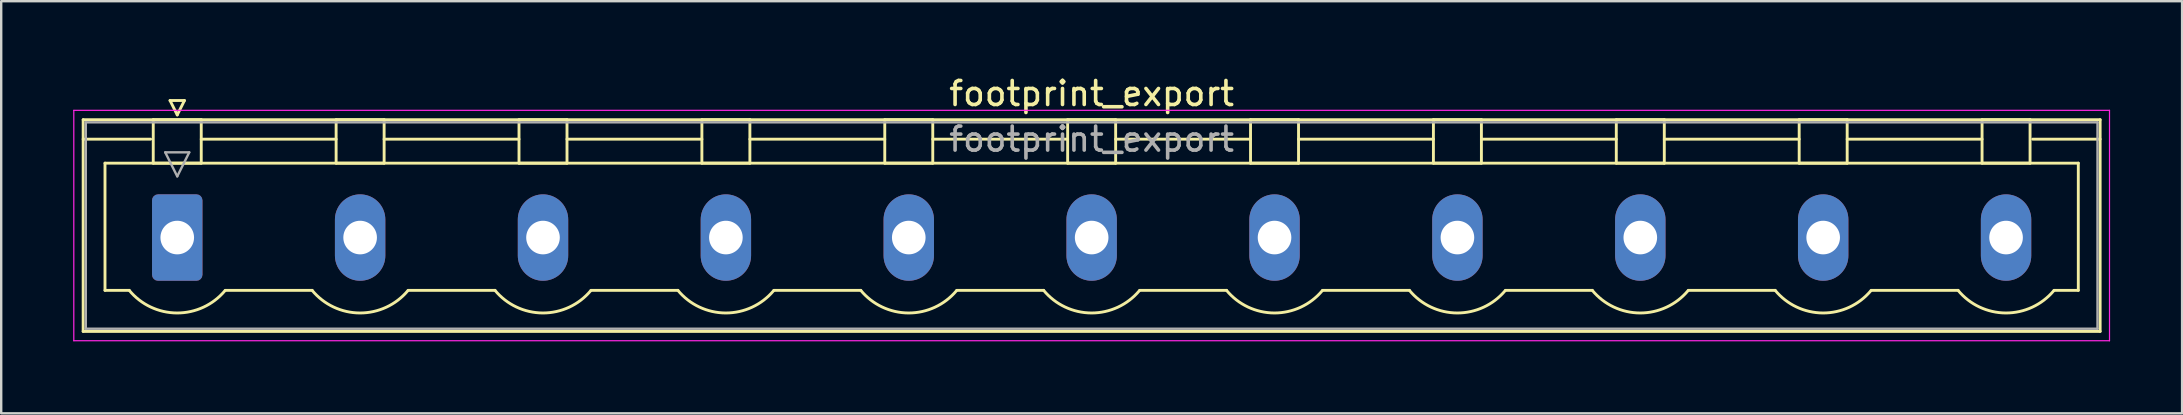
<source format=kicad_pcb>
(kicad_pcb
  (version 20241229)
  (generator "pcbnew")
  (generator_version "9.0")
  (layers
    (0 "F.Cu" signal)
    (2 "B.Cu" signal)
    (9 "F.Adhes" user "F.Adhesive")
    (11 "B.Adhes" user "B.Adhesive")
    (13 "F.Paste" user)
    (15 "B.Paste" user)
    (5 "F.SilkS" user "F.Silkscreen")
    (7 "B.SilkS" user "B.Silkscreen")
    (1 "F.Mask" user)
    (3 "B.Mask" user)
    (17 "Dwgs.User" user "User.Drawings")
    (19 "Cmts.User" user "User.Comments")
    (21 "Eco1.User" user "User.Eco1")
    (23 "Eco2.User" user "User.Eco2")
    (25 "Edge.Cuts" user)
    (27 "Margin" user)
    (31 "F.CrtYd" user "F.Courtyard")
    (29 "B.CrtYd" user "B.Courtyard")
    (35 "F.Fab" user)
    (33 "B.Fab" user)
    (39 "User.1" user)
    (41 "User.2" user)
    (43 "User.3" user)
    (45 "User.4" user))
  (footprint "footprint_export"
    (layer "F.Cu")
    (at 4.335 6.848)
    (property "Reference" "footprint_export" (at 38.1 -6 0) (layer "F.SilkS") (effects (font (size 1 1) (thickness 0.15))))
    (attr through_hole)
    (fp_line (start -3.92 -4.91) (end -3.92 3.91) (stroke (width 0.12) (type solid)) (layer "F.SilkS"))
    (fp_line (start -3.92 -4.1) (end -1.11 -4.1) (stroke (width 0.12) (type solid)) (layer "F.SilkS"))
    (fp_line (start -3.92 3.91) (end 80.12 3.91) (stroke (width 0.12) (type solid)) (layer "F.SilkS"))
    (fp_line (start -3.01 -3.1) (end 79.21 -3.1) (stroke (width 0.12) (type solid)) (layer "F.SilkS"))
    (fp_line (start -3.01 2.2) (end -3.01 -3.1) (stroke (width 0.12) (type solid)) (layer "F.SilkS"))
    (fp_line (start -2 2.2) (end -3.01 2.2) (stroke (width 0.12) (type solid)) (layer "F.SilkS"))
    (fp_line (start -1 -4.91) (end 1 -4.91) (stroke (width 0.12) (type solid)) (layer "F.SilkS"))
    (fp_line (start -1 -3.1) (end -1 -4.91) (stroke (width 0.12) (type solid)) (layer "F.SilkS"))
    (fp_line (start -0.3 -5.71) (end 0.3 -5.71) (stroke (width 0.12) (type solid)) (layer "F.SilkS"))
    (fp_line (start 0 -5.11) (end -0.3 -5.71) (stroke (width 0.12) (type solid)) (layer "F.SilkS"))
    (fp_line (start 0.3 -5.71) (end 0 -5.11) (stroke (width 0.12) (type solid)) (layer "F.SilkS"))
    (fp_line (start 1 -4.91) (end 1 -3.1) (stroke (width 0.12) (type solid)) (layer "F.SilkS"))
    (fp_line (start 1 -4.1) (end 6.62 -4.1) (stroke (width 0.12) (type solid)) (layer "F.SilkS"))
    (fp_line (start 1 -3.1) (end -1 -3.1) (stroke (width 0.12) (type solid)) (layer "F.SilkS"))
    (fp_line (start 2 2.2) (end 5.62 2.2) (stroke (width 0.12) (type solid)) (layer "F.SilkS"))
    (fp_line (start 6.62 -4.91) (end 8.62 -4.91) (stroke (width 0.12) (type solid)) (layer "F.SilkS"))
    (fp_line (start 6.62 -3.1) (end 6.62 -4.91) (stroke (width 0.12) (type solid)) (layer "F.SilkS"))
    (fp_line (start 8.62 -4.91) (end 8.62 -3.1) (stroke (width 0.12) (type solid)) (layer "F.SilkS"))
    (fp_line (start 8.62 -4.1) (end 14.24 -4.1) (stroke (width 0.12) (type solid)) (layer "F.SilkS"))
    (fp_line (start 8.62 -3.1) (end 6.62 -3.1) (stroke (width 0.12) (type solid)) (layer "F.SilkS"))
    (fp_line (start 9.62 2.2) (end 13.24 2.2) (stroke (width 0.12) (type solid)) (layer "F.SilkS"))
    (fp_line (start 14.24 -4.91) (end 16.24 -4.91) (stroke (width 0.12) (type solid)) (layer "F.SilkS"))
    (fp_line (start 14.24 -3.1) (end 14.24 -4.91) (stroke (width 0.12) (type solid)) (layer "F.SilkS"))
    (fp_line (start 16.24 -4.91) (end 16.24 -3.1) (stroke (width 0.12) (type solid)) (layer "F.SilkS"))
    (fp_line (start 16.24 -4.1) (end 21.86 -4.1) (stroke (width 0.12) (type solid)) (layer "F.SilkS"))
    (fp_line (start 16.24 -3.1) (end 14.24 -3.1) (stroke (width 0.12) (type solid)) (layer "F.SilkS"))
    (fp_line (start 17.24 2.2) (end 20.86 2.2) (stroke (width 0.12) (type solid)) (layer "F.SilkS"))
    (fp_line (start 21.86 -4.91) (end 23.86 -4.91) (stroke (width 0.12) (type solid)) (layer "F.SilkS"))
    (fp_line (start 21.86 -3.1) (end 21.86 -4.91) (stroke (width 0.12) (type solid)) (layer "F.SilkS"))
    (fp_line (start 23.86 -4.91) (end 23.86 -3.1) (stroke (width 0.12) (type solid)) (layer "F.SilkS"))
    (fp_line (start 23.86 -4.1) (end 29.48 -4.1) (stroke (width 0.12) (type solid)) (layer "F.SilkS"))
    (fp_line (start 23.86 -3.1) (end 21.86 -3.1) (stroke (width 0.12) (type solid)) (layer "F.SilkS"))
    (fp_line (start 24.86 2.2) (end 28.48 2.2) (stroke (width 0.12) (type solid)) (layer "F.SilkS"))
    (fp_line (start 29.48 -4.91) (end 31.48 -4.91) (stroke (width 0.12) (type solid)) (layer "F.SilkS"))
    (fp_line (start 29.48 -3.1) (end 29.48 -4.91) (stroke (width 0.12) (type solid)) (layer "F.SilkS"))
    (fp_line (start 31.48 -4.91) (end 31.48 -3.1) (stroke (width 0.12) (type solid)) (layer "F.SilkS"))
    (fp_line (start 31.48 -4.1) (end 37.1 -4.1) (stroke (width 0.12) (type solid)) (layer "F.SilkS"))
    (fp_line (start 31.48 -3.1) (end 29.48 -3.1) (stroke (width 0.12) (type solid)) (layer "F.SilkS"))
    (fp_line (start 32.48 2.2) (end 36.1 2.2) (stroke (width 0.12) (type solid)) (layer "F.SilkS"))
    (fp_line (start 37.1 -4.91) (end 39.1 -4.91) (stroke (width 0.12) (type solid)) (layer "F.SilkS"))
    (fp_line (start 37.1 -3.1) (end 37.1 -4.91) (stroke (width 0.12) (type solid)) (layer "F.SilkS"))
    (fp_line (start 39.1 -4.91) (end 39.1 -3.1) (stroke (width 0.12) (type solid)) (layer "F.SilkS"))
    (fp_line (start 39.1 -4.1) (end 44.72 -4.1) (stroke (width 0.12) (type solid)) (layer "F.SilkS"))
    (fp_line (start 39.1 -3.1) (end 37.1 -3.1) (stroke (width 0.12) (type solid)) (layer "F.SilkS"))
    (fp_line (start 40.1 2.2) (end 43.72 2.2) (stroke (width 0.12) (type solid)) (layer "F.SilkS"))
    (fp_line (start 44.72 -4.91) (end 46.72 -4.91) (stroke (width 0.12) (type solid)) (layer "F.SilkS"))
    (fp_line (start 44.72 -3.1) (end 44.72 -4.91) (stroke (width 0.12) (type solid)) (layer "F.SilkS"))
    (fp_line (start 46.72 -4.91) (end 46.72 -3.1) (stroke (width 0.12) (type solid)) (layer "F.SilkS"))
    (fp_line (start 46.72 -4.1) (end 52.34 -4.1) (stroke (width 0.12) (type solid)) (layer "F.SilkS"))
    (fp_line (start 46.72 -3.1) (end 44.72 -3.1) (stroke (width 0.12) (type solid)) (layer "F.SilkS"))
    (fp_line (start 47.72 2.2) (end 51.34 2.2) (stroke (width 0.12) (type solid)) (layer "F.SilkS"))
    (fp_line (start 52.34 -4.91) (end 54.34 -4.91) (stroke (width 0.12) (type solid)) (layer "F.SilkS"))
    (fp_line (start 52.34 -3.1) (end 52.34 -4.91) (stroke (width 0.12) (type solid)) (layer "F.SilkS"))
    (fp_line (start 54.34 -4.91) (end 54.34 -3.1) (stroke (width 0.12) (type solid)) (layer "F.SilkS"))
    (fp_line (start 54.34 -4.1) (end 59.96 -4.1) (stroke (width 0.12) (type solid)) (layer "F.SilkS"))
    (fp_line (start 54.34 -3.1) (end 52.34 -3.1) (stroke (width 0.12) (type solid)) (layer "F.SilkS"))
    (fp_line (start 55.34 2.2) (end 58.96 2.2) (stroke (width 0.12) (type solid)) (layer "F.SilkS"))
    (fp_line (start 59.96 -4.91) (end 61.96 -4.91) (stroke (width 0.12) (type solid)) (layer "F.SilkS"))
    (fp_line (start 59.96 -3.1) (end 59.96 -4.91) (stroke (width 0.12) (type solid)) (layer "F.SilkS"))
    (fp_line (start 61.96 -4.91) (end 61.96 -3.1) (stroke (width 0.12) (type solid)) (layer "F.SilkS"))
    (fp_line (start 61.96 -4.1) (end 67.58 -4.1) (stroke (width 0.12) (type solid)) (layer "F.SilkS"))
    (fp_line (start 61.96 -3.1) (end 59.96 -3.1) (stroke (width 0.12) (type solid)) (layer "F.SilkS"))
    (fp_line (start 62.96 2.2) (end 66.58 2.2) (stroke (width 0.12) (type solid)) (layer "F.SilkS"))
    (fp_line (start 67.58 -4.91) (end 69.58 -4.91) (stroke (width 0.12) (type solid)) (layer "F.SilkS"))
    (fp_line (start 67.58 -3.1) (end 67.58 -4.91) (stroke (width 0.12) (type solid)) (layer "F.SilkS"))
    (fp_line (start 69.58 -4.91) (end 69.58 -3.1) (stroke (width 0.12) (type solid)) (layer "F.SilkS"))
    (fp_line (start 69.58 -4.1) (end 75.2 -4.1) (stroke (width 0.12) (type solid)) (layer "F.SilkS"))
    (fp_line (start 69.58 -3.1) (end 67.58 -3.1) (stroke (width 0.12) (type solid)) (layer "F.SilkS"))
    (fp_line (start 70.58 2.2) (end 74.2 2.2) (stroke (width 0.12) (type solid)) (layer "F.SilkS"))
    (fp_line (start 75.2 -4.91) (end 77.2 -4.91) (stroke (width 0.12) (type solid)) (layer "F.SilkS"))
    (fp_line (start 75.2 -3.1) (end 75.2 -4.91) (stroke (width 0.12) (type solid)) (layer "F.SilkS"))
    (fp_line (start 77.2 -4.91) (end 77.2 -3.1) (stroke (width 0.12) (type solid)) (layer "F.SilkS"))
    (fp_line (start 77.2 -3.1) (end 75.2 -3.1) (stroke (width 0.12) (type solid)) (layer "F.SilkS"))
    (fp_line (start 79.21 -3.1) (end 79.21 2.2) (stroke (width 0.12) (type solid)) (layer "F.SilkS"))
    (fp_line (start 79.21 2.2) (end 78.2 2.2) (stroke (width 0.12) (type solid)) (layer "F.SilkS"))
    (fp_line (start 80.12 -4.91) (end -3.92 -4.91) (stroke (width 0.12) (type solid)) (layer "F.SilkS"))
    (fp_line (start 80.12 -4.1) (end 77.31 -4.1) (stroke (width 0.12) (type solid)) (layer "F.SilkS"))
    (fp_line (start 80.12 3.91) (end 80.12 -4.91) (stroke (width 0.12) (type solid)) (layer "F.SilkS"))
    (fp_arc (start 1.986842 2.215821) (mid -0.010289 3.142758) (end -2 2.2) (stroke (width 0.12) (type solid)) (layer "F.SilkS"))
    (fp_arc (start 9.606842 2.215821) (mid 7.609711 3.142758) (end 5.62 2.2) (stroke (width 0.12) (type solid)) (layer "F.SilkS"))
    (fp_arc (start 17.226842 2.215821) (mid 15.229711 3.142758) (end 13.24 2.2) (stroke (width 0.12) (type solid)) (layer "F.SilkS"))
    (fp_arc (start 24.846842 2.215821) (mid 22.849711 3.142758) (end 20.86 2.2) (stroke (width 0.12) (type solid)) (layer "F.SilkS"))
    (fp_arc (start 32.466842 2.215821) (mid 30.469711 3.142758) (end 28.48 2.2) (stroke (width 0.12) (type solid)) (layer "F.SilkS"))
    (fp_arc (start 40.086842 2.215821) (mid 38.089711 3.142758) (end 36.1 2.2) (stroke (width 0.12) (type solid)) (layer "F.SilkS"))
    (fp_arc (start 47.706842 2.215821) (mid 45.709711 3.142758) (end 43.72 2.2) (stroke (width 0.12) (type solid)) (layer "F.SilkS"))
    (fp_arc (start 55.326842 2.215821) (mid 53.329711 3.142758) (end 51.34 2.2) (stroke (width 0.12) (type solid)) (layer "F.SilkS"))
    (fp_arc (start 62.946842 2.215821) (mid 60.949711 3.142758) (end 58.96 2.2) (stroke (width 0.12) (type solid)) (layer "F.SilkS"))
    (fp_arc (start 70.566842 2.215821) (mid 68.569711 3.142758) (end 66.58 2.2) (stroke (width 0.12) (type solid)) (layer "F.SilkS"))
    (fp_arc (start 78.186842 2.215821) (mid 76.189711 3.142758) (end 74.2 2.2) (stroke (width 0.12) (type solid)) (layer "F.SilkS"))
    (fp_line (start -4.31 -5.3) (end -4.31 4.3) (stroke (width 0.05) (type solid)) (layer "F.CrtYd"))
    (fp_line (start -4.31 4.3) (end 80.51 4.3) (stroke (width 0.05) (type solid)) (layer "F.CrtYd"))
    (fp_line (start 80.51 -5.3) (end -4.31 -5.3) (stroke (width 0.05) (type solid)) (layer "F.CrtYd"))
    (fp_line (start 80.51 4.3) (end 80.51 -5.3) (stroke (width 0.05) (type solid)) (layer "F.CrtYd"))
    (fp_line (start -3.81 -4.8) (end -3.81 3.8) (stroke (width 0.1) (type solid)) (layer "F.Fab"))
    (fp_line (start -3.81 3.8) (end 80.01 3.8) (stroke (width 0.1) (type solid)) (layer "F.Fab"))
    (fp_line (start -0.5 -3.55) (end 0.5 -3.55) (stroke (width 0.1) (type solid)) (layer "F.Fab"))
    (fp_line (start 0 -2.55) (end -0.5 -3.55) (stroke (width 0.1) (type solid)) (layer "F.Fab"))
    (fp_line (start 0.5 -3.55) (end 0 -2.55) (stroke (width 0.1) (type solid)) (layer "F.Fab"))
    (fp_line (start 80.01 -4.8) (end -3.81 -4.8) (stroke (width 0.1) (type solid)) (layer "F.Fab"))
    (fp_line (start 80.01 3.8) (end 80.01 -4.8) (stroke (width 0.1) (type solid)) (layer "F.Fab"))
    (fp_text user "${REFERENCE}" (at 38.1 -4.1 0) (layer "F.Fab") (effects (font (size 1 1) (thickness 0.15))))
    (pad "1" thru_hole roundrect (at 0 0) (size 2.1 3.6) (drill 1.4) (layers "*.Cu" "*.Mask") (roundrect_rratio 0.119))
    (pad "2" thru_hole oval (at 7.62 0) (size 2.1 3.6) (drill 1.4) (layers "*.Cu" "*.Mask"))
    (pad "3" thru_hole oval (at 15.24 0) (size 2.1 3.6) (drill 1.4) (layers "*.Cu" "*.Mask"))
    (pad "4" thru_hole oval (at 22.86 0) (size 2.1 3.6) (drill 1.4) (layers "*.Cu" "*.Mask"))
    (pad "5" thru_hole oval (at 30.48 0) (size 2.1 3.6) (drill 1.4) (layers "*.Cu" "*.Mask"))
    (pad "6" thru_hole oval (at 38.1 0) (size 2.1 3.6) (drill 1.4) (layers "*.Cu" "*.Mask"))
    (pad "7" thru_hole oval (at 45.72 0) (size 2.1 3.6) (drill 1.4) (layers "*.Cu" "*.Mask"))
    (pad "8" thru_hole oval (at 53.34 0) (size 2.1 3.6) (drill 1.4) (layers "*.Cu" "*.Mask"))
    (pad "9" thru_hole oval (at 60.96 0) (size 2.1 3.6) (drill 1.4) (layers "*.Cu" "*.Mask"))
    (pad "10" thru_hole oval (at 68.58 0) (size 2.1 3.6) (drill 1.4) (layers "*.Cu" "*.Mask"))
    (pad "11" thru_hole oval (at 76.2 0) (size 2.1 3.6) (drill 1.4) (layers "*.Cu" "*.Mask")))
  (gr_rect
    (start -3 -3)
    (end 87.87 14.173)
    (stroke (width 0.1) (type default))
    (fill no)
    (layer "Edge.Cuts")))
</source>
